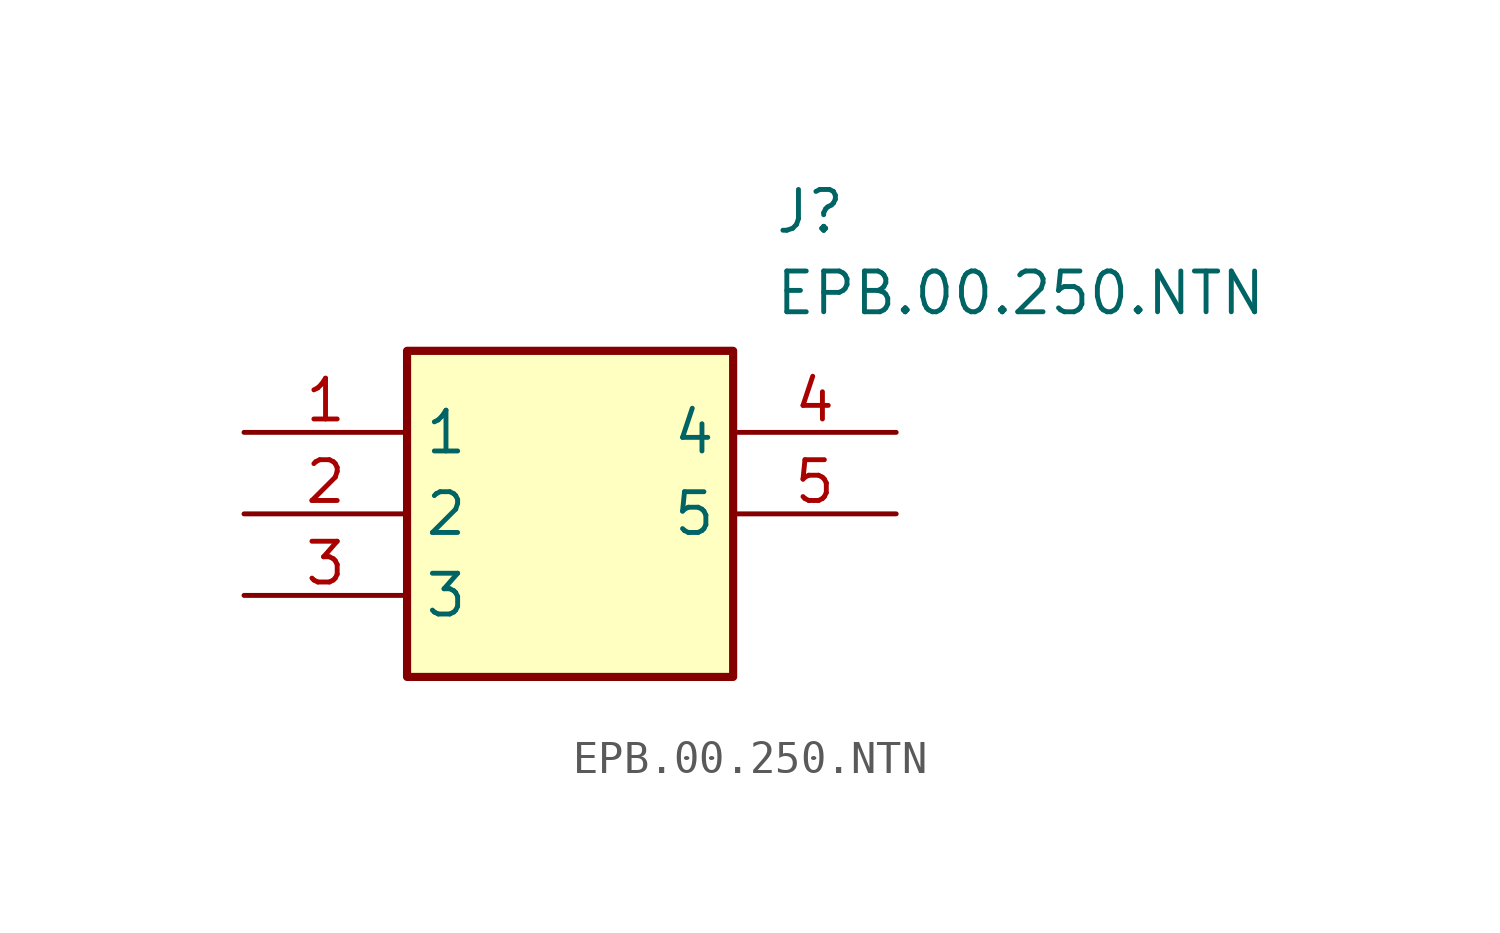
<source format=kicad_sym>
(kicad_symbol_lib
  (version 20211014)
  (generator SamacSys_ECAD_Model)
  (symbol "EPB.00.250.NTN"
    (property "Reference" "J"
      (at 16.51 7.62 0)
      (effects (font (size 1.27 1.27)) (justify left top)))
    (property "Value" "EPB.00.250.NTN"
      (at 16.51 5.08 0)
      (effects (font (size 1.27 1.27)) (justify left top)))
    (rectangle
      (start 5.08 2.54)
      (end 15.24 -7.62)
      (stroke (width 0.254) (type default))
      (fill (type background)))
    (pin passive line
      (at 0 0 0)
      (length 5.08)
      (name "1" (effects (font (size 1.27 1.27))))
      (number "1" (effects (font (size 1.27 1.27)))))
    (pin passive line
      (at 0 -2.54 0)
      (length 5.08)
      (name "2" (effects (font (size 1.27 1.27))))
      (number "2" (effects (font (size 1.27 1.27)))))
    (pin passive line
      (at 0 -5.08 0)
      (length 5.08)
      (name "3" (effects (font (size 1.27 1.27))))
      (number "3" (effects (font (size 1.27 1.27)))))
    (pin passive line
      (at 20.32 0 180)
      (length 5.08)
      (name "4" (effects (font (size 1.27 1.27))))
      (number "4" (effects (font (size 1.27 1.27)))))
    (pin passive line
      (at 20.32 -2.54 180)
      (length 5.08)
      (name "5" (effects (font (size 1.27 1.27))))
      (number "5" (effects (font (size 1.27 1.27)))))))
</source>
